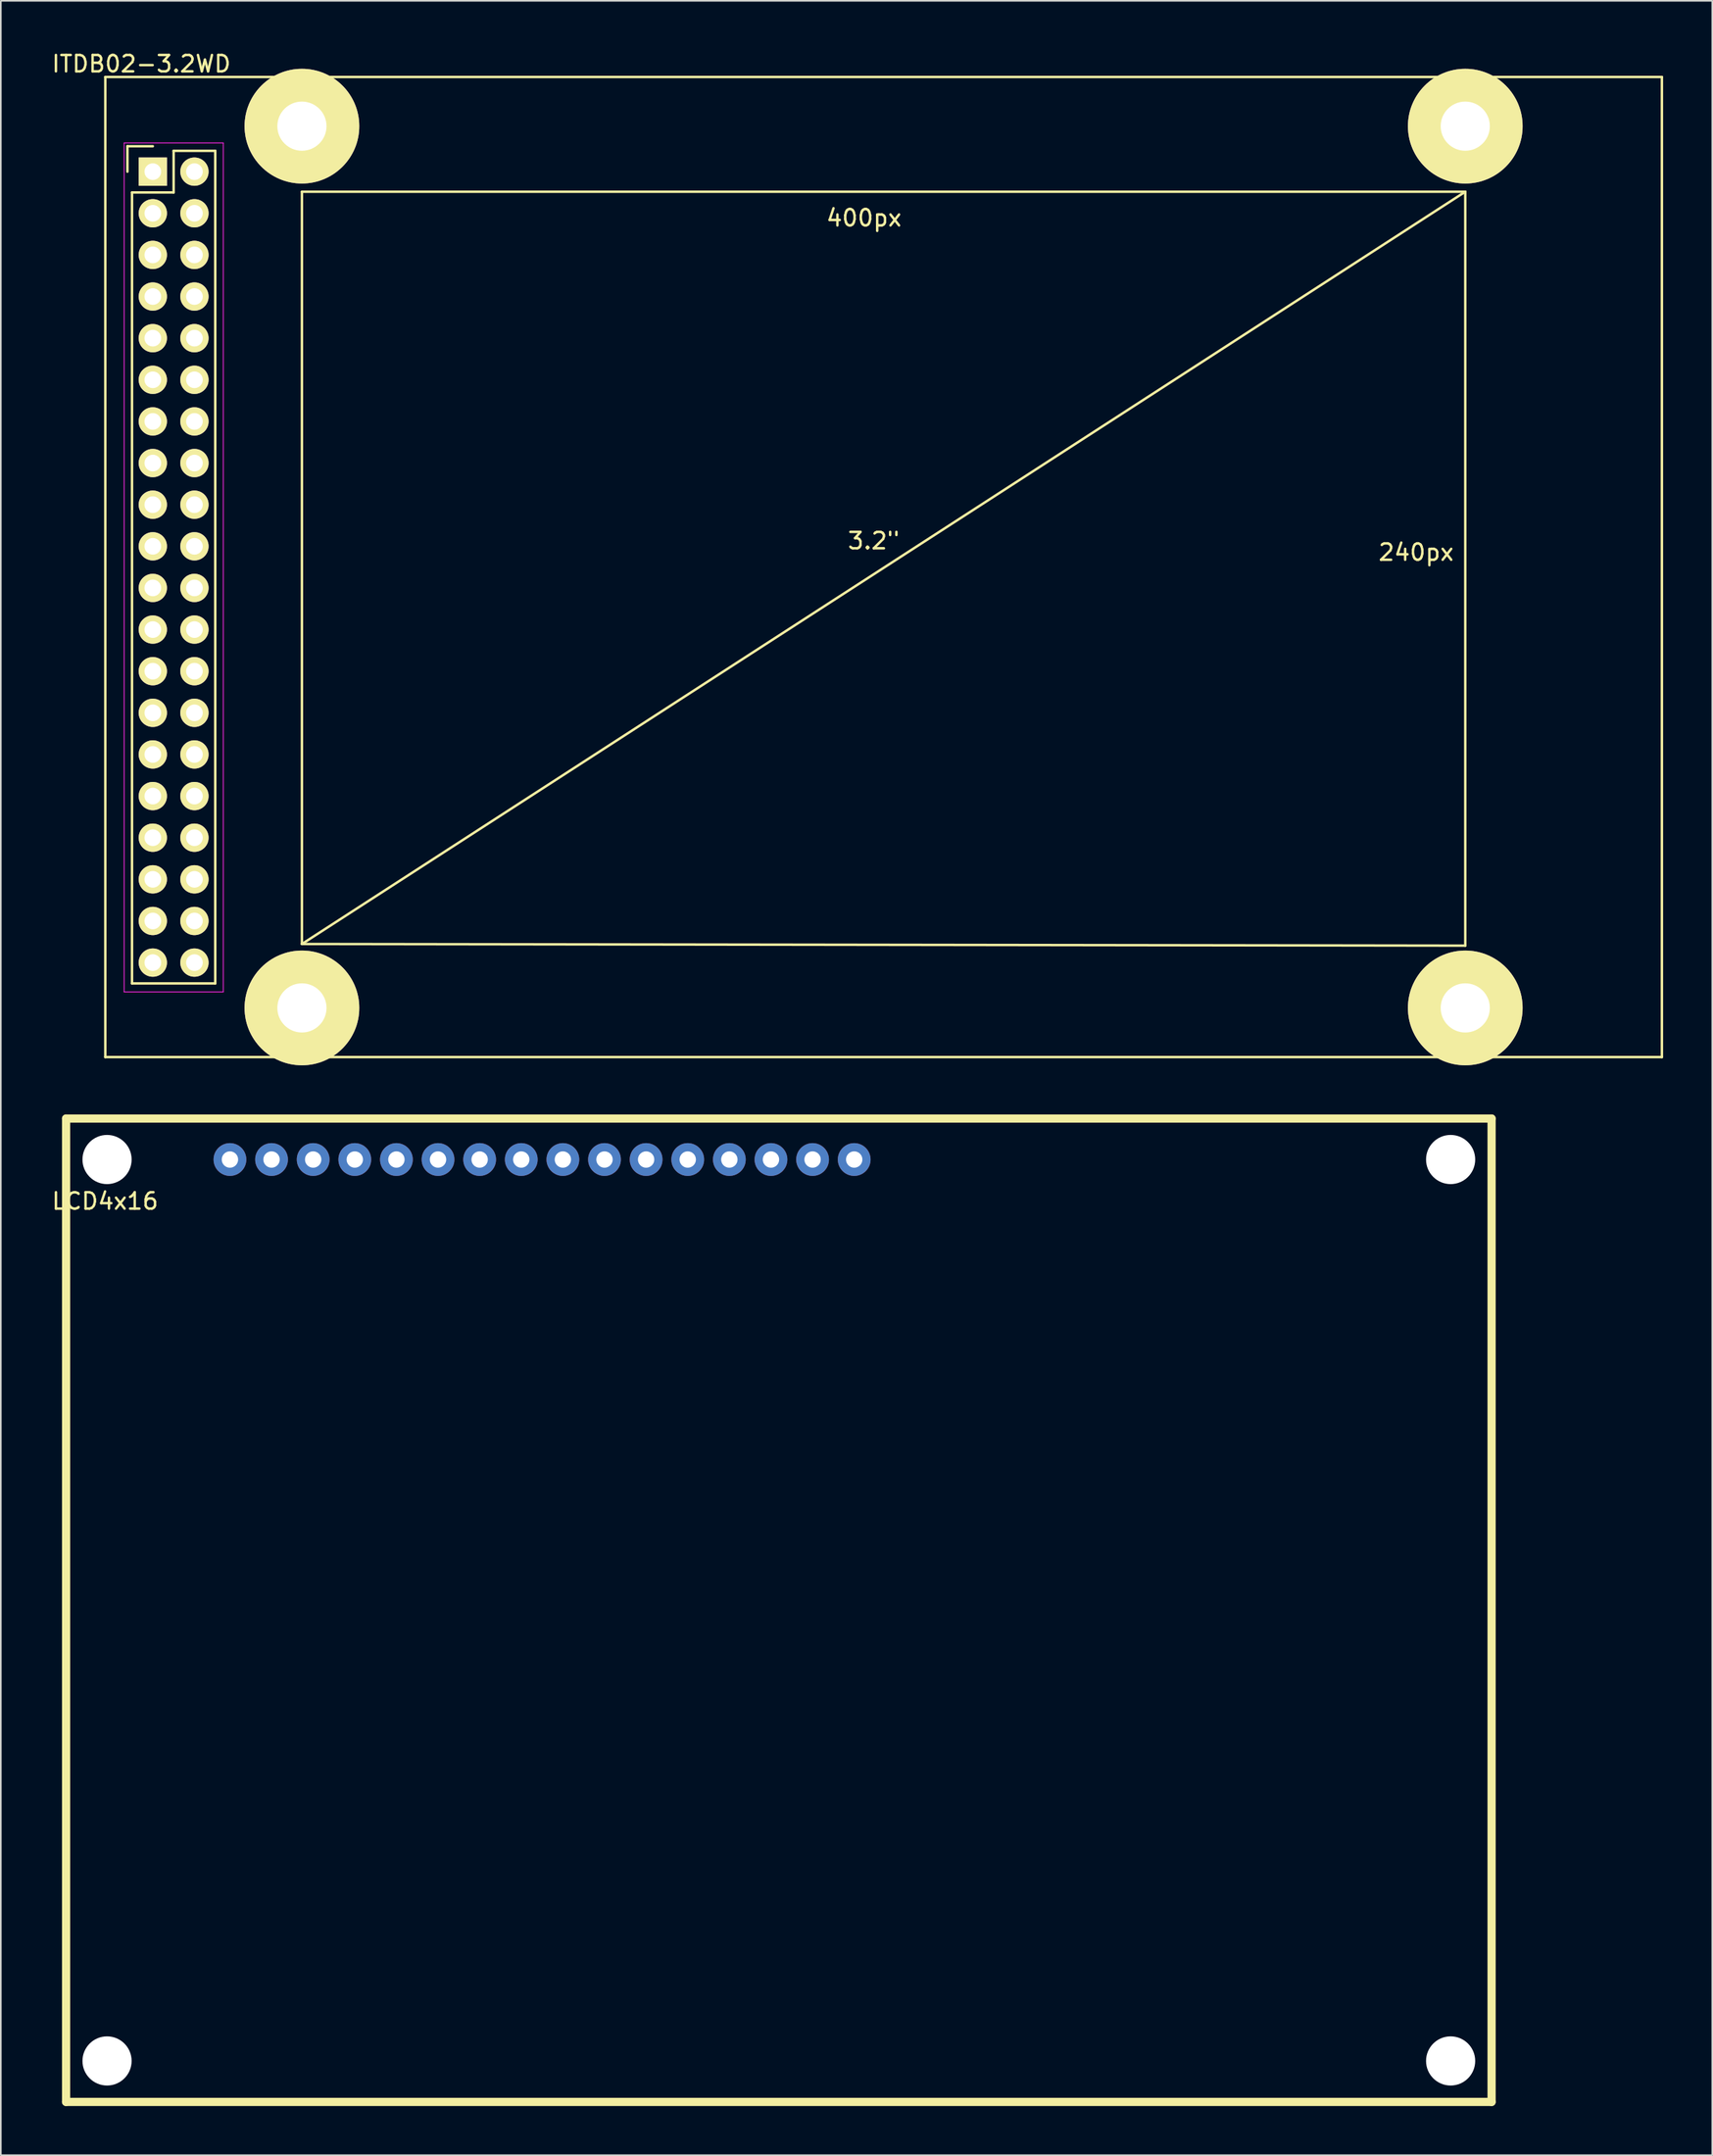
<source format=kicad_pcb>
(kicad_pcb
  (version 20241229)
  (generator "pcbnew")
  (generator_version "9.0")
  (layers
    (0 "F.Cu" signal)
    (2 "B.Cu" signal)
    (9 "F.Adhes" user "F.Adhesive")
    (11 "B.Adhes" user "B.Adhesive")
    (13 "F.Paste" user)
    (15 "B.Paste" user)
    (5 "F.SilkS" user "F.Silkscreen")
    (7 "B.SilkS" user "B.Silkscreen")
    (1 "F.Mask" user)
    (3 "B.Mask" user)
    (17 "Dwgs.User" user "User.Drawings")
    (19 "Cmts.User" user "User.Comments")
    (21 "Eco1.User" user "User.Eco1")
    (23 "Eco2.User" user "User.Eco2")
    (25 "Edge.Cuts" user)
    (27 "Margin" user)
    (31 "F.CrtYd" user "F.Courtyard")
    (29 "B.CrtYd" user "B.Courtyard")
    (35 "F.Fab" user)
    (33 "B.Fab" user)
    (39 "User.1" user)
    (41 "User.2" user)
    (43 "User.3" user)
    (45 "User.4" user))
  (footprint "LCD4x16"
    (layer "F.Cu")
    (at 44.483 95.198)
    (property "Reference" "LCD4x16" (at -41.12 -24.96 0) (layer "F.SilkS") (effects (font (size 1 1) (thickness 0.15))))
    (attr through_hole)
    (fp_line (start -43.5 -30) (end 43.5 -30) (stroke (width 0.5) (type solid)) (layer "F.SilkS"))
    (fp_line (start -43.5 30) (end -43.5 -30) (stroke (width 0.5) (type solid)) (layer "F.SilkS"))
    (fp_line (start -43.5 30) (end 43.5 30) (stroke (width 0.5) (type solid)) (layer "F.SilkS"))
    (fp_line (start 43.5 -30) (end 43.5 30) (stroke (width 0.5) (type solid)) (layer "F.SilkS"))
    (pad "" np_thru_hole circle (at -41 -27.5) (size 3 3) (drill 3) (layers "*.Cu"))
    (pad "" np_thru_hole circle (at -41 27.5) (size 3 3) (drill 3) (layers "*.Cu"))
    (pad "" np_thru_hole circle (at 41 -27.5) (size 3 3) (drill 3) (layers "*.Cu"))
    (pad "" np_thru_hole circle (at 41 27.5) (size 3 3) (drill 3) (layers "*.Cu"))
    (pad "1" thru_hole circle (at -33.5 -27.5) (size 2 2) (drill 1) (layers "*.Cu" "*.Mask"))
    (pad "2" thru_hole circle (at -30.96 -27.5) (size 2 2) (drill 1) (layers "*.Cu" "*.Mask"))
    (pad "3" thru_hole circle (at -28.42 -27.5) (size 2 2) (drill 1) (layers "*.Cu" "*.Mask"))
    (pad "4" thru_hole circle (at -25.88 -27.5) (size 2 2) (drill 1) (layers "*.Cu" "*.Mask"))
    (pad "5" thru_hole circle (at -23.34 -27.5) (size 2 2) (drill 1) (layers "*.Cu" "*.Mask"))
    (pad "6" thru_hole circle (at -20.8 -27.5) (size 2 2) (drill 1) (layers "*.Cu" "*.Mask"))
    (pad "7" thru_hole circle (at -18.26 -27.5) (size 2 2) (drill 1) (layers "*.Cu" "*.Mask"))
    (pad "8" thru_hole circle (at -15.72 -27.5) (size 2 2) (drill 1) (layers "*.Cu" "*.Mask"))
    (pad "9" thru_hole circle (at -13.18 -27.5) (size 2 2) (drill 1) (layers "*.Cu" "*.Mask"))
    (pad "10" thru_hole circle (at -10.64 -27.5) (size 2 2) (drill 1) (layers "*.Cu" "*.Mask"))
    (pad "11" thru_hole circle (at -8.1 -27.5) (size 2 2) (drill 1) (layers "*.Cu" "*.Mask"))
    (pad "12" thru_hole circle (at -5.56 -27.5) (size 2 2) (drill 1) (layers "*.Cu" "*.Mask"))
    (pad "13" thru_hole circle (at -3.02 -27.5) (size 2 2) (drill 1) (layers "*.Cu" "*.Mask"))
    (pad "14" thru_hole circle (at -0.48 -27.5) (size 2 2) (drill 1) (layers "*.Cu" "*.Mask"))
    (pad "15" thru_hole circle (at 2.06 -27.5) (size 2 2) (drill 1) (layers "*.Cu" "*.Mask"))
    (pad "16" thru_hole circle (at 4.6 -27.5) (size 2 2) (drill 1) (layers "*.Cu" "*.Mask")))
  (footprint "ITDB02-3.2WD"
    (layer "F.Cu")
    (at 6.277 7.423)
    (property "Reference" "ITDB02-3.2WD" (at -0.7 -6.575 0) (layer "F.SilkS") (effects (font (size 1 1) (thickness 0.15))))
    (attr through_hole)
    (fp_line (start -2.9 -5.775) (end 92.1 -5.775) (stroke (width 0.15) (type solid)) (layer "F.SilkS"))
    (fp_line (start -2.9 54.025) (end -2.9 -5.775) (stroke (width 0.15) (type solid)) (layer "F.SilkS"))
    (fp_line (start -1.55 -1.55) (end -1.55 -0.0004) (stroke (width 0.15) (type solid)) (layer "F.SilkS"))
    (fp_line (start -1.27 1.27) (end -1.27 49.53) (stroke (width 0.15) (type solid)) (layer "F.SilkS"))
    (fp_line (start 0 -1.55) (end -1.55 -1.55) (stroke (width 0.15) (type solid)) (layer "F.SilkS"))
    (fp_line (start 1.27 -1.27) (end 1.27 1.27) (stroke (width 0.15) (type solid)) (layer "F.SilkS"))
    (fp_line (start 1.27 1.27) (end -1.27 1.27) (stroke (width 0.15) (type solid)) (layer "F.SilkS"))
    (fp_line (start 3.81 -1.27) (end 1.27 -1.27) (stroke (width 0.15) (type solid)) (layer "F.SilkS"))
    (fp_line (start 3.81 49.53) (end -1.27 49.53) (stroke (width 0.15) (type solid)) (layer "F.SilkS"))
    (fp_line (start 3.81 49.53) (end 3.81 -1.27) (stroke (width 0.15) (type solid)) (layer "F.SilkS"))
    (fp_line (start 9.1 1.225) (end 80.1 1.225) (stroke (width 0.15) (type solid)) (layer "F.SilkS"))
    (fp_line (start 9.1 47.125) (end 9.1 1.225) (stroke (width 0.15) (type solid)) (layer "F.SilkS"))
    (fp_line (start 9.1 47.125) (end 80.1 1.225) (stroke (width 0.15) (type solid)) (layer "F.SilkS"))
    (fp_line (start 80.1 1.225) (end 80.1 47.225) (stroke (width 0.15) (type solid)) (layer "F.SilkS"))
    (fp_line (start 80.1 47.225) (end 9.1 47.125) (stroke (width 0.15) (type solid)) (layer "F.SilkS"))
    (fp_line (start 92.1 -5.775) (end 92.1 54.025) (stroke (width 0.15) (type solid)) (layer "F.SilkS"))
    (fp_line (start 92.1 54.025) (end -2.9 54.025) (stroke (width 0.15) (type solid)) (layer "F.SilkS"))
    (fp_line (start -1.75 -1.75) (end -1.75 50.05) (stroke (width 0.05) (type solid)) (layer "F.CrtYd"))
    (fp_line (start -1.75 -1.75) (end 4.3 -1.75) (stroke (width 0.05) (type solid)) (layer "F.CrtYd"))
    (fp_line (start -1.75 50.05) (end 4.3 50.05) (stroke (width 0.05) (type solid)) (layer "F.CrtYd"))
    (fp_line (start 4.3 -1.75) (end 4.3 50.05) (stroke (width 0.05) (type solid)) (layer "F.CrtYd"))
    (fp_text user "3.2\"" (at 44 22.525 0) (layer "F.SilkS") (effects (font (size 1 1) (thickness 0.15))))
    (fp_text user "240px" (at 77.1 23.225 0) (layer "F.SilkS") (effects (font (size 1 1) (thickness 0.15))))
    (fp_text user "400px" (at 43.4 2.825 0) (layer "F.SilkS") (effects (font (size 1 1) (thickness 0.15))))
    (pad "" np_thru_hole circle (at 9.1 -2.775) (size 7 7) (drill 3) (layers "*.Cu" "*.Mask" "F.SilkS"))
    (pad "" np_thru_hole circle (at 9.1 51.025) (size 7 7) (drill 3) (layers "*.Cu" "*.Mask" "F.SilkS"))
    (pad "" np_thru_hole circle (at 80.1 -2.775) (size 7 7) (drill 3) (layers "*.Cu" "*.Mask" "F.SilkS"))
    (pad "" np_thru_hole circle (at 80.1 51.025) (size 7 7) (drill 3) (layers "*.Cu" "*.Mask" "F.SilkS"))
    (pad "1" thru_hole rect (at 0 -0.0004) (size 1.727 1.727) (drill 1.016) (layers "*.Cu" "*.Mask" "F.SilkS"))
    (pad "2" thru_hole oval (at 2.54 -0.0004) (size 1.727 1.727) (drill 1.016) (layers "*.Cu" "*.Mask" "F.SilkS"))
    (pad "3" thru_hole oval (at 0 2.54) (size 1.727 1.727) (drill 1.016) (layers "*.Cu" "*.Mask" "F.SilkS"))
    (pad "4" thru_hole oval (at 2.54 2.54) (size 1.727 1.727) (drill 1.016) (layers "*.Cu" "*.Mask" "F.SilkS"))
    (pad "5" thru_hole oval (at 0 5.08) (size 1.727 1.727) (drill 1.016) (layers "*.Cu" "*.Mask" "F.SilkS"))
    (pad "6" thru_hole oval (at 2.54 5.08) (size 1.727 1.727) (drill 1.016) (layers "*.Cu" "*.Mask" "F.SilkS"))
    (pad "7" thru_hole oval (at 0 7.62) (size 1.727 1.727) (drill 1.016) (layers "*.Cu" "*.Mask" "F.SilkS"))
    (pad "8" thru_hole oval (at 2.54 7.62) (size 1.727 1.727) (drill 1.016) (layers "*.Cu" "*.Mask" "F.SilkS"))
    (pad "9" thru_hole oval (at 0 10.16) (size 1.727 1.727) (drill 1.016) (layers "*.Cu" "*.Mask" "F.SilkS"))
    (pad "10" thru_hole oval (at 2.54 10.16) (size 1.727 1.727) (drill 1.016) (layers "*.Cu" "*.Mask" "F.SilkS"))
    (pad "11" thru_hole oval (at 0 12.7) (size 1.727 1.727) (drill 1.016) (layers "*.Cu" "*.Mask" "F.SilkS"))
    (pad "12" thru_hole oval (at 2.54 12.7) (size 1.727 1.727) (drill 1.016) (layers "*.Cu" "*.Mask" "F.SilkS"))
    (pad "13" thru_hole oval (at 0 15.24) (size 1.727 1.727) (drill 1.016) (layers "*.Cu" "*.Mask" "F.SilkS"))
    (pad "14" thru_hole oval (at 2.54 15.24) (size 1.727 1.727) (drill 1.016) (layers "*.Cu" "*.Mask" "F.SilkS"))
    (pad "15" thru_hole oval (at 0 17.78) (size 1.727 1.727) (drill 1.016) (layers "*.Cu" "*.Mask" "F.SilkS"))
    (pad "16" thru_hole oval (at 2.54 17.78) (size 1.727 1.727) (drill 1.016) (layers "*.Cu" "*.Mask" "F.SilkS"))
    (pad "17" thru_hole oval (at 0 20.32) (size 1.727 1.727) (drill 1.016) (layers "*.Cu" "*.Mask" "F.SilkS"))
    (pad "18" thru_hole oval (at 2.54 20.32) (size 1.727 1.727) (drill 1.016) (layers "*.Cu" "*.Mask" "F.SilkS"))
    (pad "19" thru_hole oval (at 0 22.86) (size 1.727 1.727) (drill 1.016) (layers "*.Cu" "*.Mask" "F.SilkS"))
    (pad "20" thru_hole oval (at 2.54 22.86) (size 1.727 1.727) (drill 1.016) (layers "*.Cu" "*.Mask" "F.SilkS"))
    (pad "21" thru_hole oval (at 0 25.4) (size 1.727 1.727) (drill 1.016) (layers "*.Cu" "*.Mask" "F.SilkS"))
    (pad "22" thru_hole oval (at 2.54 25.4) (size 1.727 1.727) (drill 1.016) (layers "*.Cu" "*.Mask" "F.SilkS"))
    (pad "23" thru_hole oval (at 0 27.94) (size 1.727 1.727) (drill 1.016) (layers "*.Cu" "*.Mask" "F.SilkS"))
    (pad "24" thru_hole oval (at 2.54 27.94) (size 1.727 1.727) (drill 1.016) (layers "*.Cu" "*.Mask" "F.SilkS"))
    (pad "25" thru_hole oval (at 0 30.48) (size 1.727 1.727) (drill 1.016) (layers "*.Cu" "*.Mask" "F.SilkS"))
    (pad "26" thru_hole oval (at 2.54 30.48) (size 1.727 1.727) (drill 1.016) (layers "*.Cu" "*.Mask" "F.SilkS"))
    (pad "27" thru_hole oval (at 0 33.02) (size 1.727 1.727) (drill 1.016) (layers "*.Cu" "*.Mask" "F.SilkS"))
    (pad "28" thru_hole oval (at 2.54 33.02) (size 1.727 1.727) (drill 1.016) (layers "*.Cu" "*.Mask" "F.SilkS"))
    (pad "29" thru_hole oval (at 0 35.56) (size 1.727 1.727) (drill 1.016) (layers "*.Cu" "*.Mask" "F.SilkS"))
    (pad "30" thru_hole oval (at 2.54 35.56) (size 1.727 1.727) (drill 1.016) (layers "*.Cu" "*.Mask" "F.SilkS"))
    (pad "31" thru_hole oval (at 0 38.1) (size 1.727 1.727) (drill 1.016) (layers "*.Cu" "*.Mask" "F.SilkS"))
    (pad "32" thru_hole oval (at 2.54 38.1) (size 1.727 1.727) (drill 1.016) (layers "*.Cu" "*.Mask" "F.SilkS"))
    (pad "33" thru_hole oval (at 0 40.64) (size 1.727 1.727) (drill 1.016) (layers "*.Cu" "*.Mask" "F.SilkS"))
    (pad "34" thru_hole oval (at 2.54 40.64) (size 1.727 1.727) (drill 1.016) (layers "*.Cu" "*.Mask" "F.SilkS"))
    (pad "35" thru_hole oval (at 0 43.18) (size 1.727 1.727) (drill 1.016) (layers "*.Cu" "*.Mask" "F.SilkS"))
    (pad "36" thru_hole oval (at 2.54 43.18) (size 1.727 1.727) (drill 1.016) (layers "*.Cu" "*.Mask" "F.SilkS"))
    (pad "37" thru_hole oval (at 0 45.72) (size 1.727 1.727) (drill 1.016) (layers "*.Cu" "*.Mask" "F.SilkS"))
    (pad "38" thru_hole oval (at 2.54 45.72) (size 1.727 1.727) (drill 1.016) (layers "*.Cu" "*.Mask" "F.SilkS"))
    (pad "39" thru_hole oval (at 0 48.26) (size 1.727 1.727) (drill 1.016) (layers "*.Cu" "*.Mask" "F.SilkS"))
    (pad "40" thru_hole oval (at 2.54 48.26) (size 1.727 1.727) (drill 1.016) (layers "*.Cu" "*.Mask" "F.SilkS")))
  (gr_rect
    (start -3 -3)
    (end 101.452 128.448)
    (stroke (width 0.1) (type default))
    (fill no)
    (layer "Edge.Cuts")))
</source>
